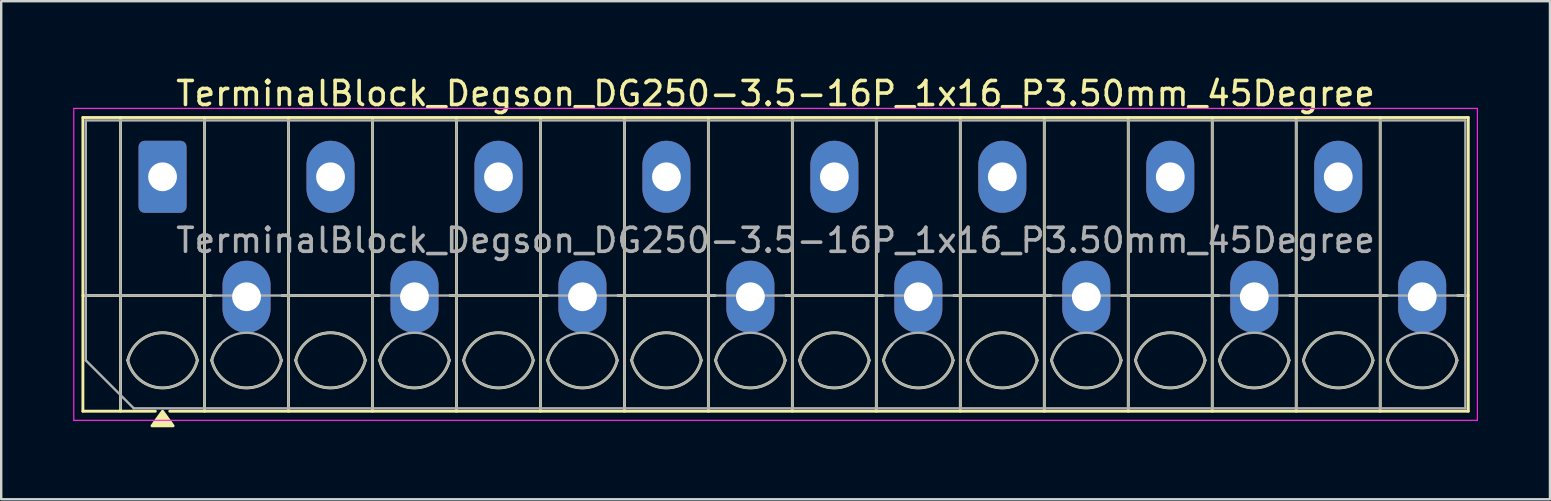
<source format=kicad_pcb>
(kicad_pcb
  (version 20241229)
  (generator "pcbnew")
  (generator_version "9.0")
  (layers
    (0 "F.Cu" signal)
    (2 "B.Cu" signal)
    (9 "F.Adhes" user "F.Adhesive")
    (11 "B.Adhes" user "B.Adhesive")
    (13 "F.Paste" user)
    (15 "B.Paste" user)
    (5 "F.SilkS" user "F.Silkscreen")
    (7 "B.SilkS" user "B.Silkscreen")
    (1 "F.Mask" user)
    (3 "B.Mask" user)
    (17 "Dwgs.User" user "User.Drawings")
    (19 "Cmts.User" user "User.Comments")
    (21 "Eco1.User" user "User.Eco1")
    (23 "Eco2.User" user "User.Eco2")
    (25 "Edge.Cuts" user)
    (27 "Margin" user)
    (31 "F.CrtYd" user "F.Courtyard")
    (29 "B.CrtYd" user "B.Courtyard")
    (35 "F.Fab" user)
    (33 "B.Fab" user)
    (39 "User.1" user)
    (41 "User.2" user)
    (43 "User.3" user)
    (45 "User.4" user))
  (footprint "TerminalBlock_Degson_DG250-3.5-16P_1x16_P3.50mm_45Degree"
    (layer "F.Cu")
    (at 3.725 4.318)
    (property "Reference" "TerminalBlock_Degson_DG250-3.5-16P_1x16_P3.50mm_45Degree" (at 25.55 -3.47 0) (layer "F.SilkS") (effects (font (size 1 1) (thickness 0.15))))
    (attr through_hole)
    (fp_line (start -3.32 -2.47) (end 54.42 -2.47) (stroke (width 0.12) (type solid)) (layer "F.SilkS"))
    (fp_line (start -3.32 4.95) (end 2.02 4.95) (stroke (width 0.12) (type solid)) (layer "F.SilkS"))
    (fp_line (start -3.32 9.77) (end -3.32 -2.47) (stroke (width 0.12) (type solid)) (layer "F.SilkS"))
    (fp_line (start -1.75 -2.47) (end -1.75 9.77) (stroke (width 0.12) (type solid)) (layer "F.SilkS"))
    (fp_line (start -0.3 9.77) (end -3.32 9.77) (stroke (width 0.12) (type solid)) (layer "F.SilkS"))
    (fp_line (start 1.75 -2.47) (end 1.75 9.77) (stroke (width 0.12) (type solid)) (layer "F.SilkS"))
    (fp_line (start 4.98 4.95) (end 9.02 4.95) (stroke (width 0.12) (type solid)) (layer "F.SilkS"))
    (fp_line (start 5.25 -2.47) (end 5.25 9.77) (stroke (width 0.12) (type solid)) (layer "F.SilkS"))
    (fp_line (start 8.75 -2.47) (end 8.75 9.77) (stroke (width 0.12) (type solid)) (layer "F.SilkS"))
    (fp_line (start 11.98 4.95) (end 16.02 4.95) (stroke (width 0.12) (type solid)) (layer "F.SilkS"))
    (fp_line (start 12.25 -2.47) (end 12.25 9.77) (stroke (width 0.12) (type solid)) (layer "F.SilkS"))
    (fp_line (start 15.75 -2.47) (end 15.75 9.77) (stroke (width 0.12) (type solid)) (layer "F.SilkS"))
    (fp_line (start 18.98 4.95) (end 23.02 4.95) (stroke (width 0.12) (type solid)) (layer "F.SilkS"))
    (fp_line (start 19.25 -2.47) (end 19.25 9.77) (stroke (width 0.12) (type solid)) (layer "F.SilkS"))
    (fp_line (start 22.75 -2.47) (end 22.75 9.77) (stroke (width 0.12) (type solid)) (layer "F.SilkS"))
    (fp_line (start 25.98 4.95) (end 30.02 4.95) (stroke (width 0.12) (type solid)) (layer "F.SilkS"))
    (fp_line (start 26.25 -2.47) (end 26.25 9.77) (stroke (width 0.12) (type solid)) (layer "F.SilkS"))
    (fp_line (start 29.75 -2.47) (end 29.75 9.77) (stroke (width 0.12) (type solid)) (layer "F.SilkS"))
    (fp_line (start 32.98 4.95) (end 37.02 4.95) (stroke (width 0.12) (type solid)) (layer "F.SilkS"))
    (fp_line (start 33.25 -2.47) (end 33.25 9.77) (stroke (width 0.12) (type solid)) (layer "F.SilkS"))
    (fp_line (start 36.75 -2.47) (end 36.75 9.77) (stroke (width 0.12) (type solid)) (layer "F.SilkS"))
    (fp_line (start 39.98 4.95) (end 44.02 4.95) (stroke (width 0.12) (type solid)) (layer "F.SilkS"))
    (fp_line (start 40.25 -2.47) (end 40.25 9.77) (stroke (width 0.12) (type solid)) (layer "F.SilkS"))
    (fp_line (start 43.75 -2.47) (end 43.75 9.77) (stroke (width 0.12) (type solid)) (layer "F.SilkS"))
    (fp_line (start 46.98 4.95) (end 51.02 4.95) (stroke (width 0.12) (type solid)) (layer "F.SilkS"))
    (fp_line (start 47.25 -2.47) (end 47.25 9.77) (stroke (width 0.12) (type solid)) (layer "F.SilkS"))
    (fp_line (start 50.75 -2.47) (end 50.75 9.77) (stroke (width 0.12) (type solid)) (layer "F.SilkS"))
    (fp_line (start 53.98 4.95) (end 54.42 4.95) (stroke (width 0.12) (type solid)) (layer "F.SilkS"))
    (fp_line (start 54.42 -2.47) (end 54.42 9.77) (stroke (width 0.12) (type solid)) (layer "F.SilkS"))
    (fp_line (start 54.42 9.77) (end 0.3 9.77) (stroke (width 0.12) (type solid)) (layer "F.SilkS"))
    (fp_arc (start -1.45 7.65) (mid 0 6.5) (end 1.45 7.65) (stroke (width 0.12) (type solid)) (layer "F.SilkS"))
    (fp_arc (start 1.45 7.65) (mid 0 8.8) (end -1.45 7.65) (stroke (width 0.12) (type solid)) (layer "F.SilkS"))
    (fp_arc (start 2.05 7.65) (mid 2.18402 7.291962) (end 2.405 6.98) (stroke (width 0.12) (type solid)) (layer "F.SilkS"))
    (fp_arc (start 4.595 6.98) (mid 4.81598 7.291962) (end 4.95 7.65) (stroke (width 0.12) (type solid)) (layer "F.SilkS"))
    (fp_arc (start 4.95 7.65) (mid 3.5 8.8) (end 2.05 7.65) (stroke (width 0.12) (type solid)) (layer "F.SilkS"))
    (fp_arc (start 5.55 7.65) (mid 7 6.5) (end 8.45 7.65) (stroke (width 0.12) (type solid)) (layer "F.SilkS"))
    (fp_arc (start 8.45 7.65) (mid 7 8.8) (end 5.55 7.65) (stroke (width 0.12) (type solid)) (layer "F.SilkS"))
    (fp_arc (start 9.05 7.65) (mid 9.18402 7.291962) (end 9.405 6.98) (stroke (width 0.12) (type solid)) (layer "F.SilkS"))
    (fp_arc (start 11.595 6.98) (mid 11.81598 7.291962) (end 11.95 7.65) (stroke (width 0.12) (type solid)) (layer "F.SilkS"))
    (fp_arc (start 11.95 7.65) (mid 10.5 8.8) (end 9.05 7.65) (stroke (width 0.12) (type solid)) (layer "F.SilkS"))
    (fp_arc (start 12.55 7.65) (mid 14 6.5) (end 15.45 7.65) (stroke (width 0.12) (type solid)) (layer "F.SilkS"))
    (fp_arc (start 15.45 7.65) (mid 14 8.8) (end 12.55 7.65) (stroke (width 0.12) (type solid)) (layer "F.SilkS"))
    (fp_arc (start 16.05 7.65) (mid 16.18402 7.291962) (end 16.405 6.98) (stroke (width 0.12) (type solid)) (layer "F.SilkS"))
    (fp_arc (start 18.595 6.98) (mid 18.81598 7.291962) (end 18.95 7.65) (stroke (width 0.12) (type solid)) (layer "F.SilkS"))
    (fp_arc (start 18.95 7.65) (mid 17.5 8.8) (end 16.05 7.65) (stroke (width 0.12) (type solid)) (layer "F.SilkS"))
    (fp_arc (start 19.55 7.65) (mid 21 6.5) (end 22.45 7.65) (stroke (width 0.12) (type solid)) (layer "F.SilkS"))
    (fp_arc (start 22.45 7.65) (mid 21 8.8) (end 19.55 7.65) (stroke (width 0.12) (type solid)) (layer "F.SilkS"))
    (fp_arc (start 23.05 7.65) (mid 23.18402 7.291962) (end 23.405 6.98) (stroke (width 0.12) (type solid)) (layer "F.SilkS"))
    (fp_arc (start 25.595 6.98) (mid 25.81598 7.291962) (end 25.95 7.65) (stroke (width 0.12) (type solid)) (layer "F.SilkS"))
    (fp_arc (start 25.95 7.65) (mid 24.5 8.8) (end 23.05 7.65) (stroke (width 0.12) (type solid)) (layer "F.SilkS"))
    (fp_arc (start 26.55 7.65) (mid 28 6.5) (end 29.45 7.65) (stroke (width 0.12) (type solid)) (layer "F.SilkS"))
    (fp_arc (start 29.45 7.65) (mid 28 8.8) (end 26.55 7.65) (stroke (width 0.12) (type solid)) (layer "F.SilkS"))
    (fp_arc (start 30.05 7.65) (mid 30.18402 7.291962) (end 30.405 6.98) (stroke (width 0.12) (type solid)) (layer "F.SilkS"))
    (fp_arc (start 32.595 6.98) (mid 32.81598 7.291962) (end 32.95 7.65) (stroke (width 0.12) (type solid)) (layer "F.SilkS"))
    (fp_arc (start 32.95 7.65) (mid 31.5 8.8) (end 30.05 7.65) (stroke (width 0.12) (type solid)) (layer "F.SilkS"))
    (fp_arc (start 33.55 7.65) (mid 35 6.5) (end 36.45 7.65) (stroke (width 0.12) (type solid)) (layer "F.SilkS"))
    (fp_arc (start 36.45 7.65) (mid 35 8.8) (end 33.55 7.65) (stroke (width 0.12) (type solid)) (layer "F.SilkS"))
    (fp_arc (start 37.05 7.65) (mid 37.18402 7.291962) (end 37.405 6.98) (stroke (width 0.12) (type solid)) (layer "F.SilkS"))
    (fp_arc (start 39.595 6.98) (mid 39.81598 7.291962) (end 39.95 7.65) (stroke (width 0.12) (type solid)) (layer "F.SilkS"))
    (fp_arc (start 39.95 7.65) (mid 38.5 8.8) (end 37.05 7.65) (stroke (width 0.12) (type solid)) (layer "F.SilkS"))
    (fp_arc (start 40.55 7.65) (mid 42 6.5) (end 43.45 7.65) (stroke (width 0.12) (type solid)) (layer "F.SilkS"))
    (fp_arc (start 43.45 7.65) (mid 42 8.8) (end 40.55 7.65) (stroke (width 0.12) (type solid)) (layer "F.SilkS"))
    (fp_arc (start 44.05 7.65) (mid 44.18402 7.291962) (end 44.405 6.98) (stroke (width 0.12) (type solid)) (layer "F.SilkS"))
    (fp_arc (start 46.595 6.98) (mid 46.81598 7.291962) (end 46.95 7.65) (stroke (width 0.12) (type solid)) (layer "F.SilkS"))
    (fp_arc (start 46.95 7.65) (mid 45.5 8.8) (end 44.05 7.65) (stroke (width 0.12) (type solid)) (layer "F.SilkS"))
    (fp_arc (start 47.55 7.65) (mid 49 6.5) (end 50.45 7.65) (stroke (width 0.12) (type solid)) (layer "F.SilkS"))
    (fp_arc (start 50.45 7.65) (mid 49 8.8) (end 47.55 7.65) (stroke (width 0.12) (type solid)) (layer "F.SilkS"))
    (fp_arc (start 51.05 7.65) (mid 51.18402 7.291962) (end 51.405 6.98) (stroke (width 0.12) (type solid)) (layer "F.SilkS"))
    (fp_arc (start 53.595 6.98) (mid 53.81598 7.291962) (end 53.95 7.65) (stroke (width 0.12) (type solid)) (layer "F.SilkS"))
    (fp_arc (start 53.95 7.65) (mid 52.5 8.8) (end 51.05 7.65) (stroke (width 0.12) (type solid)) (layer "F.SilkS"))
    (fp_poly (pts (xy 0 9.77) (xy 0.44 10.38) (xy -0.44 10.38)) (stroke (width 0.12) (type solid)) (fill yes) (layer "F.SilkS"))
    (fp_line (start -3.7 -2.85) (end -3.7 10.15) (stroke (width 0.05) (type solid)) (layer "F.CrtYd"))
    (fp_line (start -3.7 10.15) (end 54.8 10.15) (stroke (width 0.05) (type solid)) (layer "F.CrtYd"))
    (fp_line (start 54.8 -2.85) (end -3.7 -2.85) (stroke (width 0.05) (type solid)) (layer "F.CrtYd"))
    (fp_line (start 54.8 10.15) (end 54.8 -2.85) (stroke (width 0.05) (type solid)) (layer "F.CrtYd"))
    (fp_line (start -3.2 -2.35) (end 54.3 -2.35) (stroke (width 0.1) (type solid)) (layer "F.Fab"))
    (fp_line (start -3.2 4.95) (end 54.3 4.95) (stroke (width 0.1) (type solid)) (layer "F.Fab"))
    (fp_line (start -3.2 7.65) (end -3.2 -2.35) (stroke (width 0.1) (type solid)) (layer "F.Fab"))
    (fp_line (start -1.75 -2.35) (end -1.75 9.65) (stroke (width 0.1) (type solid)) (layer "F.Fab"))
    (fp_line (start -1.2 9.65) (end -3.2 7.65) (stroke (width 0.1) (type solid)) (layer "F.Fab"))
    (fp_line (start 1.75 -2.35) (end 1.75 9.65) (stroke (width 0.1) (type solid)) (layer "F.Fab"))
    (fp_line (start 5.25 -2.35) (end 5.25 9.65) (stroke (width 0.1) (type solid)) (layer "F.Fab"))
    (fp_line (start 8.75 -2.35) (end 8.75 9.65) (stroke (width 0.1) (type solid)) (layer "F.Fab"))
    (fp_line (start 12.25 -2.35) (end 12.25 9.65) (stroke (width 0.1) (type solid)) (layer "F.Fab"))
    (fp_line (start 15.75 -2.35) (end 15.75 9.65) (stroke (width 0.1) (type solid)) (layer "F.Fab"))
    (fp_line (start 19.25 -2.35) (end 19.25 9.65) (stroke (width 0.1) (type solid)) (layer "F.Fab"))
    (fp_line (start 22.75 -2.35) (end 22.75 9.65) (stroke (width 0.1) (type solid)) (layer "F.Fab"))
    (fp_line (start 26.25 -2.35) (end 26.25 9.65) (stroke (width 0.1) (type solid)) (layer "F.Fab"))
    (fp_line (start 29.75 -2.35) (end 29.75 9.65) (stroke (width 0.1) (type solid)) (layer "F.Fab"))
    (fp_line (start 33.25 -2.35) (end 33.25 9.65) (stroke (width 0.1) (type solid)) (layer "F.Fab"))
    (fp_line (start 36.75 -2.35) (end 36.75 9.65) (stroke (width 0.1) (type solid)) (layer "F.Fab"))
    (fp_line (start 40.25 -2.35) (end 40.25 9.65) (stroke (width 0.1) (type solid)) (layer "F.Fab"))
    (fp_line (start 43.75 -2.35) (end 43.75 9.65) (stroke (width 0.1) (type solid)) (layer "F.Fab"))
    (fp_line (start 47.25 -2.35) (end 47.25 9.65) (stroke (width 0.1) (type solid)) (layer "F.Fab"))
    (fp_line (start 50.75 -2.35) (end 50.75 9.65) (stroke (width 0.1) (type solid)) (layer "F.Fab"))
    (fp_line (start 54.3 -2.35) (end 54.3 9.65) (stroke (width 0.1) (type solid)) (layer "F.Fab"))
    (fp_line (start 54.3 9.65) (end -1.2 9.65) (stroke (width 0.1) (type solid)) (layer "F.Fab"))
    (fp_arc (start -1.45 7.65) (mid 0 6.5) (end 1.45 7.65) (stroke (width 0.1) (type solid)) (layer "F.Fab"))
    (fp_arc (start 1.45 7.65) (mid 0 8.8) (end -1.45 7.65) (stroke (width 0.1) (type solid)) (layer "F.Fab"))
    (fp_arc (start 2.05 7.65) (mid 3.5 6.5) (end 4.95 7.65) (stroke (width 0.1) (type solid)) (layer "F.Fab"))
    (fp_arc (start 4.95 7.65) (mid 3.5 8.8) (end 2.05 7.65) (stroke (width 0.1) (type solid)) (layer "F.Fab"))
    (fp_arc (start 5.55 7.65) (mid 7 6.5) (end 8.45 7.65) (stroke (width 0.1) (type solid)) (layer "F.Fab"))
    (fp_arc (start 8.45 7.65) (mid 7 8.8) (end 5.55 7.65) (stroke (width 0.1) (type solid)) (layer "F.Fab"))
    (fp_arc (start 9.05 7.65) (mid 10.5 6.5) (end 11.95 7.65) (stroke (width 0.1) (type solid)) (layer "F.Fab"))
    (fp_arc (start 11.95 7.65) (mid 10.5 8.8) (end 9.05 7.65) (stroke (width 0.1) (type solid)) (layer "F.Fab"))
    (fp_arc (start 12.55 7.65) (mid 14 6.5) (end 15.45 7.65) (stroke (width 0.1) (type solid)) (layer "F.Fab"))
    (fp_arc (start 15.45 7.65) (mid 14 8.8) (end 12.55 7.65) (stroke (width 0.1) (type solid)) (layer "F.Fab"))
    (fp_arc (start 16.05 7.65) (mid 17.5 6.5) (end 18.95 7.65) (stroke (width 0.1) (type solid)) (layer "F.Fab"))
    (fp_arc (start 18.95 7.65) (mid 17.5 8.8) (end 16.05 7.65) (stroke (width 0.1) (type solid)) (layer "F.Fab"))
    (fp_arc (start 19.55 7.65) (mid 21 6.5) (end 22.45 7.65) (stroke (width 0.1) (type solid)) (layer "F.Fab"))
    (fp_arc (start 22.45 7.65) (mid 21 8.8) (end 19.55 7.65) (stroke (width 0.1) (type solid)) (layer "F.Fab"))
    (fp_arc (start 23.05 7.65) (mid 24.5 6.5) (end 25.95 7.65) (stroke (width 0.1) (type solid)) (layer "F.Fab"))
    (fp_arc (start 25.95 7.65) (mid 24.5 8.8) (end 23.05 7.65) (stroke (width 0.1) (type solid)) (layer "F.Fab"))
    (fp_arc (start 26.55 7.65) (mid 28 6.5) (end 29.45 7.65) (stroke (width 0.1) (type solid)) (layer "F.Fab"))
    (fp_arc (start 29.45 7.65) (mid 28 8.8) (end 26.55 7.65) (stroke (width 0.1) (type solid)) (layer "F.Fab"))
    (fp_arc (start 30.05 7.65) (mid 31.5 6.5) (end 32.95 7.65) (stroke (width 0.1) (type solid)) (layer "F.Fab"))
    (fp_arc (start 32.95 7.65) (mid 31.5 8.8) (end 30.05 7.65) (stroke (width 0.1) (type solid)) (layer "F.Fab"))
    (fp_arc (start 33.55 7.65) (mid 35 6.5) (end 36.45 7.65) (stroke (width 0.1) (type solid)) (layer "F.Fab"))
    (fp_arc (start 36.45 7.65) (mid 35 8.8) (end 33.55 7.65) (stroke (width 0.1) (type solid)) (layer "F.Fab"))
    (fp_arc (start 37.05 7.65) (mid 38.5 6.5) (end 39.95 7.65) (stroke (width 0.1) (type solid)) (layer "F.Fab"))
    (fp_arc (start 39.95 7.65) (mid 38.5 8.8) (end 37.05 7.65) (stroke (width 0.1) (type solid)) (layer "F.Fab"))
    (fp_arc (start 40.55 7.65) (mid 42 6.5) (end 43.45 7.65) (stroke (width 0.1) (type solid)) (layer "F.Fab"))
    (fp_arc (start 43.45 7.65) (mid 42 8.8) (end 40.55 7.65) (stroke (width 0.1) (type solid)) (layer "F.Fab"))
    (fp_arc (start 44.05 7.65) (mid 45.5 6.5) (end 46.95 7.65) (stroke (width 0.1) (type solid)) (layer "F.Fab"))
    (fp_arc (start 46.95 7.65) (mid 45.5 8.8) (end 44.05 7.65) (stroke (width 0.1) (type solid)) (layer "F.Fab"))
    (fp_arc (start 47.55 7.65) (mid 49 6.5) (end 50.45 7.65) (stroke (width 0.1) (type solid)) (layer "F.Fab"))
    (fp_arc (start 50.45 7.65) (mid 49 8.8) (end 47.55 7.65) (stroke (width 0.1) (type solid)) (layer "F.Fab"))
    (fp_arc (start 51.05 7.65) (mid 52.5 6.5) (end 53.95 7.65) (stroke (width 0.1) (type solid)) (layer "F.Fab"))
    (fp_arc (start 53.95 7.65) (mid 52.5 8.8) (end 51.05 7.65) (stroke (width 0.1) (type solid)) (layer "F.Fab"))
    (fp_text user "${REFERENCE}" (at 25.55 2.65 0) (layer "F.Fab") (effects (font (size 1 1) (thickness 0.15))))
    (pad "1" thru_hole roundrect (at 0 0) (size 2 3) (drill 1.2) (layers "*.Cu" "*.Mask") (roundrect_rratio 0.125))
    (pad "2" thru_hole oval (at 3.5 5) (size 2 3) (drill 1.2) (layers "*.Cu" "*.Mask"))
    (pad "3" thru_hole oval (at 7 0) (size 2 3) (drill 1.2) (layers "*.Cu" "*.Mask"))
    (pad "4" thru_hole oval (at 10.5 5) (size 2 3) (drill 1.2) (layers "*.Cu" "*.Mask"))
    (pad "5" thru_hole oval (at 14 0) (size 2 3) (drill 1.2) (layers "*.Cu" "*.Mask"))
    (pad "6" thru_hole oval (at 17.5 5) (size 2 3) (drill 1.2) (layers "*.Cu" "*.Mask"))
    (pad "7" thru_hole oval (at 21 0) (size 2 3) (drill 1.2) (layers "*.Cu" "*.Mask"))
    (pad "8" thru_hole oval (at 24.5 5) (size 2 3) (drill 1.2) (layers "*.Cu" "*.Mask"))
    (pad "9" thru_hole oval (at 28 0) (size 2 3) (drill 1.2) (layers "*.Cu" "*.Mask"))
    (pad "10" thru_hole oval (at 31.5 5) (size 2 3) (drill 1.2) (layers "*.Cu" "*.Mask"))
    (pad "11" thru_hole oval (at 35 0) (size 2 3) (drill 1.2) (layers "*.Cu" "*.Mask"))
    (pad "12" thru_hole oval (at 38.5 5) (size 2 3) (drill 1.2) (layers "*.Cu" "*.Mask"))
    (pad "13" thru_hole oval (at 42 0) (size 2 3) (drill 1.2) (layers "*.Cu" "*.Mask"))
    (pad "14" thru_hole oval (at 45.5 5) (size 2 3) (drill 1.2) (layers "*.Cu" "*.Mask"))
    (pad "15" thru_hole oval (at 49 0) (size 2 3) (drill 1.2) (layers "*.Cu" "*.Mask"))
    (pad "16" thru_hole oval (at 52.5 5) (size 2 3) (drill 1.2) (layers "*.Cu" "*.Mask")))
  (gr_rect
    (start -3 -3)
    (end 61.55 17.758)
    (stroke (width 0.1) (type default))
    (fill no)
    (layer "Edge.Cuts")))
</source>
